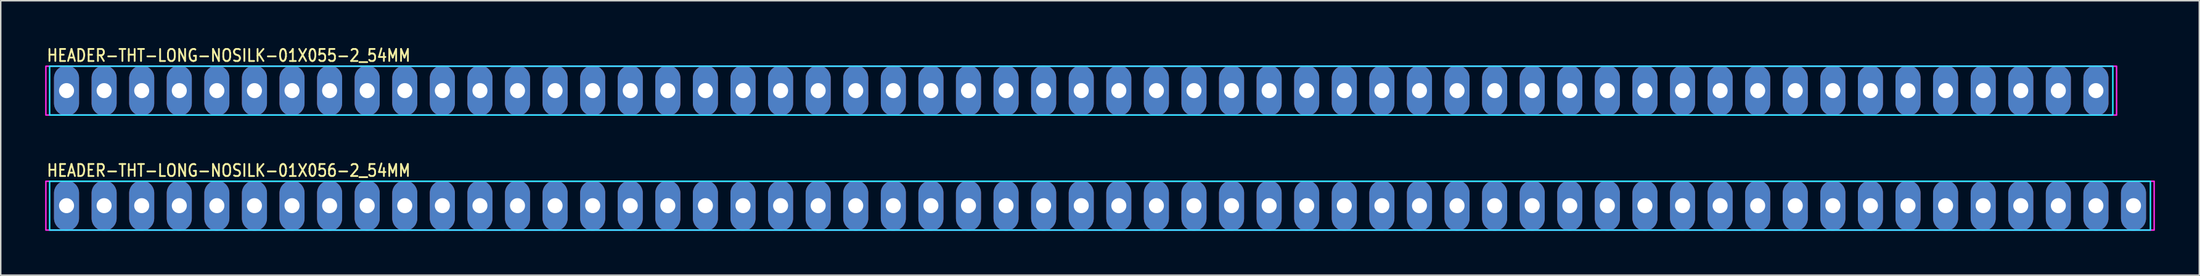
<source format=kicad_pcb>
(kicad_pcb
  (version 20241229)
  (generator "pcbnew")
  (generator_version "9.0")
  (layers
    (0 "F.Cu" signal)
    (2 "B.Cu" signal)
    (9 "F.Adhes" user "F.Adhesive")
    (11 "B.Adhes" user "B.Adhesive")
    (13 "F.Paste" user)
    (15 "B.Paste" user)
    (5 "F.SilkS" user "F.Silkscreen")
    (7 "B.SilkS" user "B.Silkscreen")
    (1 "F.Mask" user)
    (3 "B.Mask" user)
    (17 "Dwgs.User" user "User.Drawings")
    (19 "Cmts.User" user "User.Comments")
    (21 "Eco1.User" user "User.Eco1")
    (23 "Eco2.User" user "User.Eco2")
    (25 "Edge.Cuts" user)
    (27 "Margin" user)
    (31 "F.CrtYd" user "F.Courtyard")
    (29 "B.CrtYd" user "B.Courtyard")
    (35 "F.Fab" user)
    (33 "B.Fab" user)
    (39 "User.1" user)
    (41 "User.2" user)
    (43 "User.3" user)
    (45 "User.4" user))
  (footprint "HEADER-THT-LONG-NOSILK-01X055-2_54MM"
    (layer "F.Cu")
    (at 1.447 3.079)
    (property "Reference" "HEADER-THT-LONG-NOSILK-01X055-2_54MM" (at -1.4 -1.9 0) (unlocked yes) (layer "F.SilkS") (effects (font (size 0.813 0.695) (thickness 0.122)) (justify left bottom)))
    (fp_poly (pts (xy -1.143 -1.651) (xy 138.303 -1.651) (xy 138.303 1.651) (xy -1.143 1.651)) (stroke (width 0.1) (type solid)) (fill no) (layer "B.CrtYd"))
    (fp_poly (pts (xy -1.397 -1.651) (xy 138.557 -1.651) (xy 138.557 1.651) (xy -1.397 1.651)) (stroke (width 0.1) (type solid)) (fill no) (layer "F.CrtYd"))
    (pad "1" thru_hole oval (at 0 0 90) (size 3.387 1.693) (drill 1.016) (layers "*.Cu" "*.Mask"))
    (pad "2" thru_hole oval (at 2.54 0 90) (size 3.387 1.693) (drill 1.016) (layers "*.Cu" "*.Mask"))
    (pad "3" thru_hole oval (at 5.08 0 90) (size 3.387 1.693) (drill 1.016) (layers "*.Cu" "*.Mask"))
    (pad "4" thru_hole oval (at 7.62 0 90) (size 3.387 1.693) (drill 1.016) (layers "*.Cu" "*.Mask"))
    (pad "5" thru_hole oval (at 10.16 0 90) (size 3.387 1.693) (drill 1.016) (layers "*.Cu" "*.Mask"))
    (pad "6" thru_hole oval (at 12.7 0 90) (size 3.387 1.693) (drill 1.016) (layers "*.Cu" "*.Mask"))
    (pad "7" thru_hole oval (at 15.24 0 90) (size 3.387 1.693) (drill 1.016) (layers "*.Cu" "*.Mask"))
    (pad "8" thru_hole oval (at 17.78 0 90) (size 3.387 1.693) (drill 1.016) (layers "*.Cu" "*.Mask"))
    (pad "9" thru_hole oval (at 20.32 0 90) (size 3.387 1.693) (drill 1.016) (layers "*.Cu" "*.Mask"))
    (pad "10" thru_hole oval (at 22.86 0 90) (size 3.387 1.693) (drill 1.016) (layers "*.Cu" "*.Mask"))
    (pad "11" thru_hole oval (at 25.4 0 90) (size 3.387 1.693) (drill 1.016) (layers "*.Cu" "*.Mask"))
    (pad "12" thru_hole oval (at 27.94 0 90) (size 3.387 1.693) (drill 1.016) (layers "*.Cu" "*.Mask"))
    (pad "13" thru_hole oval (at 30.48 0 90) (size 3.387 1.693) (drill 1.016) (layers "*.Cu" "*.Mask"))
    (pad "14" thru_hole oval (at 33.02 0 90) (size 3.387 1.693) (drill 1.016) (layers "*.Cu" "*.Mask"))
    (pad "15" thru_hole oval (at 35.56 0 90) (size 3.387 1.693) (drill 1.016) (layers "*.Cu" "*.Mask"))
    (pad "16" thru_hole oval (at 38.1 0 90) (size 3.387 1.693) (drill 1.016) (layers "*.Cu" "*.Mask"))
    (pad "17" thru_hole oval (at 40.64 0 90) (size 3.387 1.693) (drill 1.016) (layers "*.Cu" "*.Mask"))
    (pad "18" thru_hole oval (at 43.18 0 90) (size 3.387 1.693) (drill 1.016) (layers "*.Cu" "*.Mask"))
    (pad "19" thru_hole oval (at 45.72 0 90) (size 3.387 1.693) (drill 1.016) (layers "*.Cu" "*.Mask"))
    (pad "20" thru_hole oval (at 48.26 0 90) (size 3.387 1.693) (drill 1.016) (layers "*.Cu" "*.Mask"))
    (pad "21" thru_hole oval (at 50.8 0 90) (size 3.387 1.693) (drill 1.016) (layers "*.Cu" "*.Mask"))
    (pad "22" thru_hole oval (at 53.34 0 90) (size 3.387 1.693) (drill 1.016) (layers "*.Cu" "*.Mask"))
    (pad "23" thru_hole oval (at 55.88 0 90) (size 3.387 1.693) (drill 1.016) (layers "*.Cu" "*.Mask"))
    (pad "24" thru_hole oval (at 58.42 0 90) (size 3.387 1.693) (drill 1.016) (layers "*.Cu" "*.Mask"))
    (pad "25" thru_hole oval (at 60.96 0 90) (size 3.387 1.693) (drill 1.016) (layers "*.Cu" "*.Mask"))
    (pad "26" thru_hole oval (at 63.5 0 90) (size 3.387 1.693) (drill 1.016) (layers "*.Cu" "*.Mask"))
    (pad "27" thru_hole oval (at 66.04 0 90) (size 3.387 1.693) (drill 1.016) (layers "*.Cu" "*.Mask"))
    (pad "28" thru_hole oval (at 68.58 0 90) (size 3.387 1.693) (drill 1.016) (layers "*.Cu" "*.Mask"))
    (pad "29" thru_hole oval (at 71.12 0 90) (size 3.387 1.693) (drill 1.016) (layers "*.Cu" "*.Mask"))
    (pad "30" thru_hole oval (at 73.66 0 90) (size 3.387 1.693) (drill 1.016) (layers "*.Cu" "*.Mask"))
    (pad "31" thru_hole oval (at 76.2 0 90) (size 3.387 1.693) (drill 1.016) (layers "*.Cu" "*.Mask"))
    (pad "32" thru_hole oval (at 78.74 0 90) (size 3.387 1.693) (drill 1.016) (layers "*.Cu" "*.Mask"))
    (pad "33" thru_hole oval (at 81.28 0 90) (size 3.387 1.693) (drill 1.016) (layers "*.Cu" "*.Mask"))
    (pad "34" thru_hole oval (at 83.82 0 90) (size 3.387 1.693) (drill 1.016) (layers "*.Cu" "*.Mask"))
    (pad "35" thru_hole oval (at 86.36 0 90) (size 3.387 1.693) (drill 1.016) (layers "*.Cu" "*.Mask"))
    (pad "36" thru_hole oval (at 88.9 0 90) (size 3.387 1.693) (drill 1.016) (layers "*.Cu" "*.Mask"))
    (pad "37" thru_hole oval (at 91.44 0 90) (size 3.387 1.693) (drill 1.016) (layers "*.Cu" "*.Mask"))
    (pad "38" thru_hole oval (at 93.98 0 90) (size 3.387 1.693) (drill 1.016) (layers "*.Cu" "*.Mask"))
    (pad "39" thru_hole oval (at 96.52 0 90) (size 3.387 1.693) (drill 1.016) (layers "*.Cu" "*.Mask"))
    (pad "40" thru_hole oval (at 99.06 0 90) (size 3.387 1.693) (drill 1.016) (layers "*.Cu" "*.Mask"))
    (pad "41" thru_hole oval (at 101.6 0 90) (size 3.387 1.693) (drill 1.016) (layers "*.Cu" "*.Mask"))
    (pad "42" thru_hole oval (at 104.14 0 90) (size 3.387 1.693) (drill 1.016) (layers "*.Cu" "*.Mask"))
    (pad "43" thru_hole oval (at 106.68 0 90) (size 3.387 1.693) (drill 1.016) (layers "*.Cu" "*.Mask"))
    (pad "44" thru_hole oval (at 109.22 0 90) (size 3.387 1.693) (drill 1.016) (layers "*.Cu" "*.Mask"))
    (pad "45" thru_hole oval (at 111.76 0 90) (size 3.387 1.693) (drill 1.016) (layers "*.Cu" "*.Mask"))
    (pad "46" thru_hole oval (at 114.3 0 90) (size 3.387 1.693) (drill 1.016) (layers "*.Cu" "*.Mask"))
    (pad "47" thru_hole oval (at 116.84 0 90) (size 3.387 1.693) (drill 1.016) (layers "*.Cu" "*.Mask"))
    (pad "48" thru_hole oval (at 119.38 0 90) (size 3.387 1.693) (drill 1.016) (layers "*.Cu" "*.Mask"))
    (pad "49" thru_hole oval (at 121.92 0 90) (size 3.387 1.693) (drill 1.016) (layers "*.Cu" "*.Mask"))
    (pad "50" thru_hole oval (at 124.46 0 90) (size 3.387 1.693) (drill 1.016) (layers "*.Cu" "*.Mask"))
    (pad "51" thru_hole oval (at 127 0 90) (size 3.387 1.693) (drill 1.016) (layers "*.Cu" "*.Mask"))
    (pad "52" thru_hole oval (at 129.54 0 90) (size 3.387 1.693) (drill 1.016) (layers "*.Cu" "*.Mask"))
    (pad "53" thru_hole oval (at 132.08 0 90) (size 3.387 1.693) (drill 1.016) (layers "*.Cu" "*.Mask"))
    (pad "54" thru_hole oval (at 134.62 0 90) (size 3.387 1.693) (drill 1.016) (layers "*.Cu" "*.Mask"))
    (pad "55" thru_hole oval (at 137.16 0 90) (size 3.387 1.693) (drill 1.016) (layers "*.Cu" "*.Mask")))
  (footprint "HEADER-THT-LONG-NOSILK-01X056-2_54MM"
    (layer "F.Cu")
    (at 1.447 10.858)
    (property "Reference" "HEADER-THT-LONG-NOSILK-01X056-2_54MM" (at -1.4 -1.9 0) (unlocked yes) (layer "F.SilkS") (effects (font (size 0.813 0.695) (thickness 0.122)) (justify left bottom)))
    (fp_poly (pts (xy -1.143 -1.651) (xy 140.843 -1.651) (xy 140.843 1.651) (xy -1.143 1.651)) (stroke (width 0.1) (type solid)) (fill no) (layer "B.CrtYd"))
    (fp_poly (pts (xy -1.397 -1.651) (xy 141.097 -1.651) (xy 141.097 1.651) (xy -1.397 1.651)) (stroke (width 0.1) (type solid)) (fill no) (layer "F.CrtYd"))
    (pad "1" thru_hole oval (at 0 0 90) (size 3.387 1.693) (drill 1.016) (layers "*.Cu" "*.Mask"))
    (pad "2" thru_hole oval (at 2.54 0 90) (size 3.387 1.693) (drill 1.016) (layers "*.Cu" "*.Mask"))
    (pad "3" thru_hole oval (at 5.08 0 90) (size 3.387 1.693) (drill 1.016) (layers "*.Cu" "*.Mask"))
    (pad "4" thru_hole oval (at 7.62 0 90) (size 3.387 1.693) (drill 1.016) (layers "*.Cu" "*.Mask"))
    (pad "5" thru_hole oval (at 10.16 0 90) (size 3.387 1.693) (drill 1.016) (layers "*.Cu" "*.Mask"))
    (pad "6" thru_hole oval (at 12.7 0 90) (size 3.387 1.693) (drill 1.016) (layers "*.Cu" "*.Mask"))
    (pad "7" thru_hole oval (at 15.24 0 90) (size 3.387 1.693) (drill 1.016) (layers "*.Cu" "*.Mask"))
    (pad "8" thru_hole oval (at 17.78 0 90) (size 3.387 1.693) (drill 1.016) (layers "*.Cu" "*.Mask"))
    (pad "9" thru_hole oval (at 20.32 0 90) (size 3.387 1.693) (drill 1.016) (layers "*.Cu" "*.Mask"))
    (pad "10" thru_hole oval (at 22.86 0 90) (size 3.387 1.693) (drill 1.016) (layers "*.Cu" "*.Mask"))
    (pad "11" thru_hole oval (at 25.4 0 90) (size 3.387 1.693) (drill 1.016) (layers "*.Cu" "*.Mask"))
    (pad "12" thru_hole oval (at 27.94 0 90) (size 3.387 1.693) (drill 1.016) (layers "*.Cu" "*.Mask"))
    (pad "13" thru_hole oval (at 30.48 0 90) (size 3.387 1.693) (drill 1.016) (layers "*.Cu" "*.Mask"))
    (pad "14" thru_hole oval (at 33.02 0 90) (size 3.387 1.693) (drill 1.016) (layers "*.Cu" "*.Mask"))
    (pad "15" thru_hole oval (at 35.56 0 90) (size 3.387 1.693) (drill 1.016) (layers "*.Cu" "*.Mask"))
    (pad "16" thru_hole oval (at 38.1 0 90) (size 3.387 1.693) (drill 1.016) (layers "*.Cu" "*.Mask"))
    (pad "17" thru_hole oval (at 40.64 0 90) (size 3.387 1.693) (drill 1.016) (layers "*.Cu" "*.Mask"))
    (pad "18" thru_hole oval (at 43.18 0 90) (size 3.387 1.693) (drill 1.016) (layers "*.Cu" "*.Mask"))
    (pad "19" thru_hole oval (at 45.72 0 90) (size 3.387 1.693) (drill 1.016) (layers "*.Cu" "*.Mask"))
    (pad "20" thru_hole oval (at 48.26 0 90) (size 3.387 1.693) (drill 1.016) (layers "*.Cu" "*.Mask"))
    (pad "21" thru_hole oval (at 50.8 0 90) (size 3.387 1.693) (drill 1.016) (layers "*.Cu" "*.Mask"))
    (pad "22" thru_hole oval (at 53.34 0 90) (size 3.387 1.693) (drill 1.016) (layers "*.Cu" "*.Mask"))
    (pad "23" thru_hole oval (at 55.88 0 90) (size 3.387 1.693) (drill 1.016) (layers "*.Cu" "*.Mask"))
    (pad "24" thru_hole oval (at 58.42 0 90) (size 3.387 1.693) (drill 1.016) (layers "*.Cu" "*.Mask"))
    (pad "25" thru_hole oval (at 60.96 0 90) (size 3.387 1.693) (drill 1.016) (layers "*.Cu" "*.Mask"))
    (pad "26" thru_hole oval (at 63.5 0 90) (size 3.387 1.693) (drill 1.016) (layers "*.Cu" "*.Mask"))
    (pad "27" thru_hole oval (at 66.04 0 90) (size 3.387 1.693) (drill 1.016) (layers "*.Cu" "*.Mask"))
    (pad "28" thru_hole oval (at 68.58 0 90) (size 3.387 1.693) (drill 1.016) (layers "*.Cu" "*.Mask"))
    (pad "29" thru_hole oval (at 71.12 0 90) (size 3.387 1.693) (drill 1.016) (layers "*.Cu" "*.Mask"))
    (pad "30" thru_hole oval (at 73.66 0 90) (size 3.387 1.693) (drill 1.016) (layers "*.Cu" "*.Mask"))
    (pad "31" thru_hole oval (at 76.2 0 90) (size 3.387 1.693) (drill 1.016) (layers "*.Cu" "*.Mask"))
    (pad "32" thru_hole oval (at 78.74 0 90) (size 3.387 1.693) (drill 1.016) (layers "*.Cu" "*.Mask"))
    (pad "33" thru_hole oval (at 81.28 0 90) (size 3.387 1.693) (drill 1.016) (layers "*.Cu" "*.Mask"))
    (pad "34" thru_hole oval (at 83.82 0 90) (size 3.387 1.693) (drill 1.016) (layers "*.Cu" "*.Mask"))
    (pad "35" thru_hole oval (at 86.36 0 90) (size 3.387 1.693) (drill 1.016) (layers "*.Cu" "*.Mask"))
    (pad "36" thru_hole oval (at 88.9 0 90) (size 3.387 1.693) (drill 1.016) (layers "*.Cu" "*.Mask"))
    (pad "37" thru_hole oval (at 91.44 0 90) (size 3.387 1.693) (drill 1.016) (layers "*.Cu" "*.Mask"))
    (pad "38" thru_hole oval (at 93.98 0 90) (size 3.387 1.693) (drill 1.016) (layers "*.Cu" "*.Mask"))
    (pad "39" thru_hole oval (at 96.52 0 90) (size 3.387 1.693) (drill 1.016) (layers "*.Cu" "*.Mask"))
    (pad "40" thru_hole oval (at 99.06 0 90) (size 3.387 1.693) (drill 1.016) (layers "*.Cu" "*.Mask"))
    (pad "41" thru_hole oval (at 101.6 0 90) (size 3.387 1.693) (drill 1.016) (layers "*.Cu" "*.Mask"))
    (pad "42" thru_hole oval (at 104.14 0 90) (size 3.387 1.693) (drill 1.016) (layers "*.Cu" "*.Mask"))
    (pad "43" thru_hole oval (at 106.68 0 90) (size 3.387 1.693) (drill 1.016) (layers "*.Cu" "*.Mask"))
    (pad "44" thru_hole oval (at 109.22 0 90) (size 3.387 1.693) (drill 1.016) (layers "*.Cu" "*.Mask"))
    (pad "45" thru_hole oval (at 111.76 0 90) (size 3.387 1.693) (drill 1.016) (layers "*.Cu" "*.Mask"))
    (pad "46" thru_hole oval (at 114.3 0 90) (size 3.387 1.693) (drill 1.016) (layers "*.Cu" "*.Mask"))
    (pad "47" thru_hole oval (at 116.84 0 90) (size 3.387 1.693) (drill 1.016) (layers "*.Cu" "*.Mask"))
    (pad "48" thru_hole oval (at 119.38 0 90) (size 3.387 1.693) (drill 1.016) (layers "*.Cu" "*.Mask"))
    (pad "49" thru_hole oval (at 121.92 0 90) (size 3.387 1.693) (drill 1.016) (layers "*.Cu" "*.Mask"))
    (pad "50" thru_hole oval (at 124.46 0 90) (size 3.387 1.693) (drill 1.016) (layers "*.Cu" "*.Mask"))
    (pad "51" thru_hole oval (at 127 0 90) (size 3.387 1.693) (drill 1.016) (layers "*.Cu" "*.Mask"))
    (pad "52" thru_hole oval (at 129.54 0 90) (size 3.387 1.693) (drill 1.016) (layers "*.Cu" "*.Mask"))
    (pad "53" thru_hole oval (at 132.08 0 90) (size 3.387 1.693) (drill 1.016) (layers "*.Cu" "*.Mask"))
    (pad "54" thru_hole oval (at 134.62 0 90) (size 3.387 1.693) (drill 1.016) (layers "*.Cu" "*.Mask"))
    (pad "55" thru_hole oval (at 137.16 0 90) (size 3.387 1.693) (drill 1.016) (layers "*.Cu" "*.Mask"))
    (pad "56" thru_hole oval (at 139.7 0 90) (size 3.387 1.693) (drill 1.016) (layers "*.Cu" "*.Mask")))
  (gr_rect
    (start -3 -3)
    (end 145.594 15.559)
    (stroke (width 0.1) (type default))
    (fill no)
    (layer "Edge.Cuts")))
</source>
